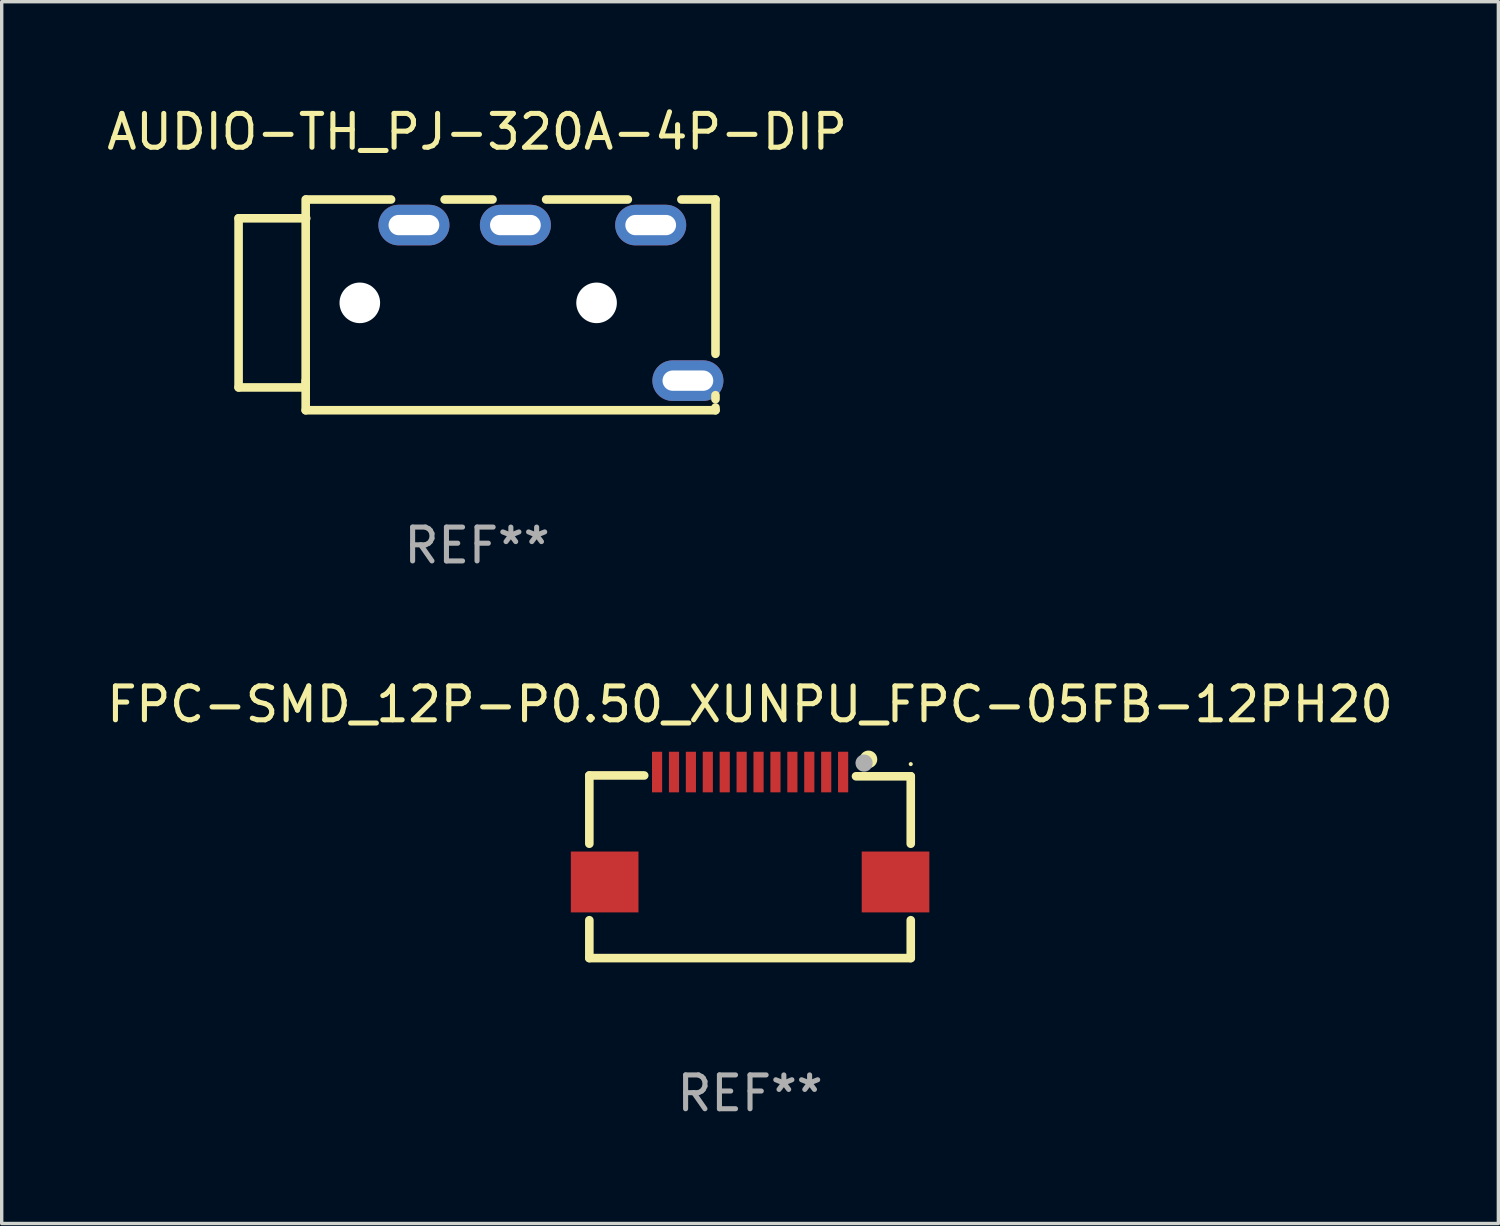
<source format=kicad_pcb>
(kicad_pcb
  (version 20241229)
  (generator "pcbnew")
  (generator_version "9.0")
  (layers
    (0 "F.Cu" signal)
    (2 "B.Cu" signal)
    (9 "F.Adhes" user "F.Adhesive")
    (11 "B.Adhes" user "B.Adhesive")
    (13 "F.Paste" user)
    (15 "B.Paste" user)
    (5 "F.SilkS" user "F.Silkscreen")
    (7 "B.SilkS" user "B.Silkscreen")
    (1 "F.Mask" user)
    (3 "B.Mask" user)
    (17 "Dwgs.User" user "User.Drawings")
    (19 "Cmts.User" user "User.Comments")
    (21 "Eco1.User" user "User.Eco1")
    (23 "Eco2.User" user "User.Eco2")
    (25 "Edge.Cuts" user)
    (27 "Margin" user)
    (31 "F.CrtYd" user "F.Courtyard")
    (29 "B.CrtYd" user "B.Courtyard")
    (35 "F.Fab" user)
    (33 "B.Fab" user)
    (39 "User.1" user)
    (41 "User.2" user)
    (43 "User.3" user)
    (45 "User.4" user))
  (footprint "FPC-SMD_12P-P0.50_XUNPU_FPC-05FB-12PH20"
    (layer "F.Cu")
    (at 19.127 21.401)
    (property "Reference" "FPC-SMD_12P-P0.50_XUNPU_FPC-05FB-12PH20" (at -0.002 -3.625 0) (layer "F.SilkS") (effects (font (size 1 1) (thickness 0.15))))
    (attr smd)
    (fp_line (start -4.753 -1.524) (end -3.131 -1.524) (stroke (width 0.254) (type solid)) (layer "F.SilkS"))
    (fp_line (start -4.753 0.494) (end -4.753 -1.524) (stroke (width 0.254) (type solid)) (layer "F.SilkS"))
    (fp_line (start -4.753 3.875) (end -4.753 2.756) (stroke (width 0.254) (type solid)) (layer "F.SilkS"))
    (fp_line (start 4.75 -1.5) (end 3.131 -1.5) (stroke (width 0.254) (type solid)) (layer "F.SilkS"))
    (fp_line (start 4.75 0.494) (end 4.75 -1.5) (stroke (width 0.254) (type solid)) (layer "F.SilkS"))
    (fp_line (start 4.75 3.875) (end -4.753 3.875) (stroke (width 0.254) (type solid)) (layer "F.SilkS"))
    (fp_line (start 4.75 3.875) (end 4.75 2.756) (stroke (width 0.254) (type solid)) (layer "F.SilkS"))
    (fp_circle (center 3.5 -2) (end 3.633 -2) (stroke (width 0.254) (type solid)) (fill no) (layer "F.SilkS"))
    (fp_circle (center 4.75 -1.86) (end 4.78 -1.86) (stroke (width 0.06) (type solid)) (fill no) (layer "F.SilkS"))
    (fp_circle (center 3.37 -1.89) (end 3.497 -1.89) (stroke (width 0.254) (type solid)) (fill no) (layer "F.Fab"))
    (fp_text user "REF**" (at -0.002 7.875 0) (layer "F.Fab") (effects (font (size 1 1) (thickness 0.15))))
    (pad "1" smd rect (at 2.75 -1.625) (size 0.3 1.2) (layers "F.Cu" "F.Mask" "F.Paste"))
    (pad "2" smd rect (at 2.25 -1.625) (size 0.3 1.2) (layers "F.Cu" "F.Mask" "F.Paste"))
    (pad "3" smd rect (at 1.75 -1.625) (size 0.3 1.2) (layers "F.Cu" "F.Mask" "F.Paste"))
    (pad "4" smd rect (at 1.25 -1.625) (size 0.3 1.2) (layers "F.Cu" "F.Mask" "F.Paste"))
    (pad "5" smd rect (at 0.75 -1.625) (size 0.3 1.2) (layers "F.Cu" "F.Mask" "F.Paste"))
    (pad "6" smd rect (at 0.25 -1.625) (size 0.3 1.2) (layers "F.Cu" "F.Mask" "F.Paste"))
    (pad "7" smd rect (at -0.25 -1.625) (size 0.3 1.2) (layers "F.Cu" "F.Mask" "F.Paste"))
    (pad "8" smd rect (at -0.75 -1.625) (size 0.3 1.2) (layers "F.Cu" "F.Mask" "F.Paste"))
    (pad "9" smd rect (at -1.25 -1.625) (size 0.3 1.2) (layers "F.Cu" "F.Mask" "F.Paste"))
    (pad "10" smd rect (at -1.75 -1.625) (size 0.3 1.2) (layers "F.Cu" "F.Mask" "F.Paste"))
    (pad "11" smd rect (at -2.25 -1.625) (size 0.3 1.2) (layers "F.Cu" "F.Mask" "F.Paste"))
    (pad "12" smd rect (at -2.75 -1.625) (size 0.3 1.2) (layers "F.Cu" "F.Mask" "F.Paste"))
    (pad "13" smd rect (at -4.3 1.625) (size 2 1.8) (layers "F.Cu" "F.Mask" "F.Paste"))
    (pad "14" smd rect (at 4.3 1.625) (size 2 1.8) (layers "F.Cu" "F.Mask" "F.Paste")))
  (footprint "AUDIO-TH_PJ-320A-4P-DIP"
    (layer "F.Cu")
    (at 13.238 5.904)
    (property "Reference" "AUDIO-TH_PJ-320A-4P-DIP" (at -2.184 -5.056 0) (layer "F.SilkS") (effects (font (size 1 1) (thickness 0.15))))
    (attr through_hole)
    (fp_line (start -9.234 -2.5) (end -9.234 2.5) (stroke (width 0.254) (type solid)) (layer "F.SilkS"))
    (fp_line (start -9.234 -2.5) (end -7.234 -2.5) (stroke (width 0.254) (type solid)) (layer "F.SilkS"))
    (fp_line (start -9.234 2.5) (end -7.25 2.5) (stroke (width 0.254) (type solid)) (layer "F.SilkS"))
    (fp_line (start -7.25 2.46) (end -7.25 -3.056) (stroke (width 0.254) (type solid)) (layer "F.SilkS"))
    (fp_line (start -7.25 3.175) (end -7.25 2.3) (stroke (width 0.254) (type solid)) (layer "F.SilkS"))
    (fp_line (start -7.234 -3.056) (end -4.726 -3.056) (stroke (width 0.254) (type solid)) (layer "F.SilkS"))
    (fp_line (start -3.142 -3.056) (end -1.726 -3.056) (stroke (width 0.254) (type solid)) (layer "F.SilkS"))
    (fp_line (start -0.142 -3.056) (end 2.274 -3.056) (stroke (width 0.254) (type solid)) (layer "F.SilkS"))
    (fp_line (start 3.858 -3.056) (end 4.866 -3.056) (stroke (width 0.254) (type solid)) (layer "F.SilkS"))
    (fp_line (start 4.866 -3.056) (end 4.866 1.507) (stroke (width 0.254) (type solid)) (layer "F.SilkS"))
    (fp_line (start 4.866 2.731) (end 4.866 2.848) (stroke (width 0.254) (type solid)) (layer "F.SilkS"))
    (fp_line (start 4.866 3.093) (end 4.866 3.175) (stroke (width 0.254) (type solid)) (layer "F.SilkS"))
    (fp_line (start 4.866 3.175) (end -7.25 3.175) (stroke (width 0.254) (type solid)) (layer "F.SilkS"))
    (fp_circle (center 4.866 3.05) (end 4.896 3.05) (stroke (width 0.06) (type solid)) (fill no) (layer "F.SilkS"))
    (fp_circle (center -5.65 0.000025) (end -5.462 0.000025) (stroke (width 0.375) (type solid)) (fill no) (layer "F.Fab"))
    (fp_circle (center 1.35 0.000025) (end 1.538 0.000025) (stroke (width 0.375) (type solid)) (fill no) (layer "F.Fab"))
    (fp_text user "REF**" (at -2.184 7.175 0) (layer "F.Fab") (effects (font (size 1 1) (thickness 0.15))))
    (pad "" np_thru_hole circle (at -5.65 0) (size 1.2 1.2) (drill 1.2) (layers "*.Cu" "*.Mask"))
    (pad "" np_thru_hole circle (at 1.35 0) (size 1.2 1.2) (drill 1.2) (layers "*.Cu" "*.Mask"))
    (pad "A" thru_hole oval (at 4.05 2.3 90) (size 1.2 2.1) (drill oval 0.6 1.5) (layers "*.Cu" "*.Mask"))
    (pad "B" thru_hole oval (at -4.05 -2.3 90) (size 1.2 2.1) (drill oval 0.6 1.5) (layers "*.Cu" "*.Mask"))
    (pad "C" thru_hole oval (at -1.05 -2.3 90) (size 1.2 2.1) (drill oval 0.6 1.5) (layers "*.Cu" "*.Mask"))
    (pad "D" thru_hole oval (at 2.95 -2.3 90) (size 1.2 2.1) (drill oval 0.6 1.5) (layers "*.Cu" "*.Mask")))
  (gr_rect
    (start -3 -3)
    (end 41.25 33.124)
    (stroke (width 0.1) (type default))
    (fill no)
    (layer "Edge.Cuts")))
</source>
